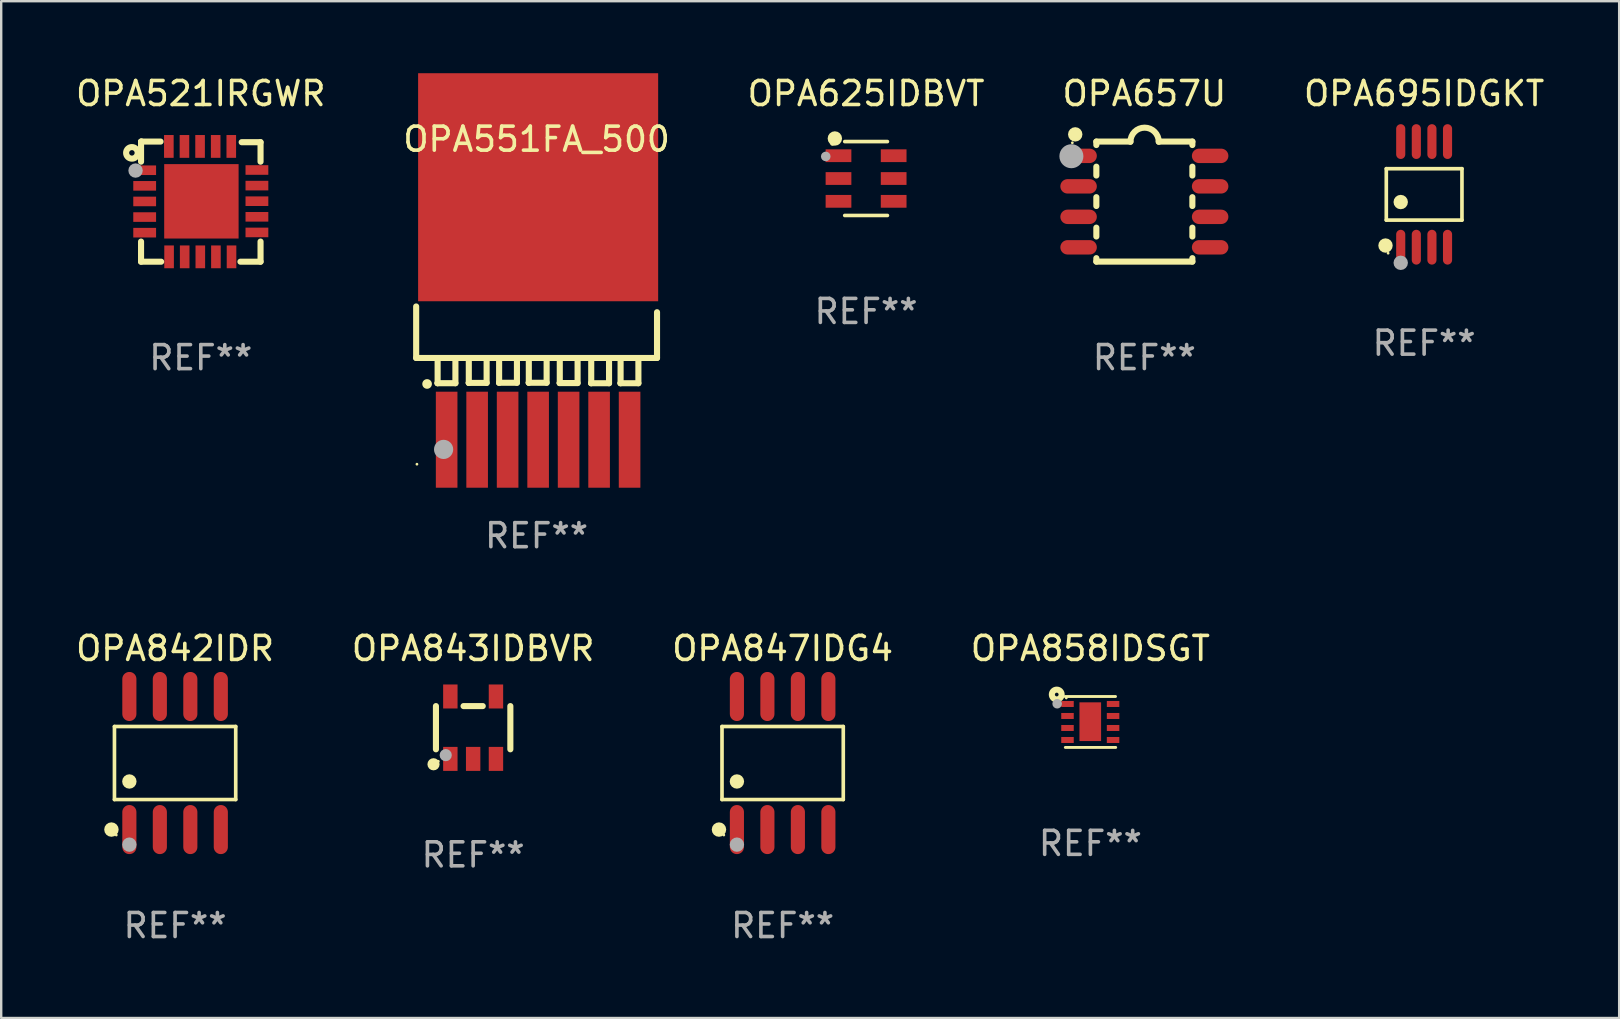
<source format=kicad_pcb>
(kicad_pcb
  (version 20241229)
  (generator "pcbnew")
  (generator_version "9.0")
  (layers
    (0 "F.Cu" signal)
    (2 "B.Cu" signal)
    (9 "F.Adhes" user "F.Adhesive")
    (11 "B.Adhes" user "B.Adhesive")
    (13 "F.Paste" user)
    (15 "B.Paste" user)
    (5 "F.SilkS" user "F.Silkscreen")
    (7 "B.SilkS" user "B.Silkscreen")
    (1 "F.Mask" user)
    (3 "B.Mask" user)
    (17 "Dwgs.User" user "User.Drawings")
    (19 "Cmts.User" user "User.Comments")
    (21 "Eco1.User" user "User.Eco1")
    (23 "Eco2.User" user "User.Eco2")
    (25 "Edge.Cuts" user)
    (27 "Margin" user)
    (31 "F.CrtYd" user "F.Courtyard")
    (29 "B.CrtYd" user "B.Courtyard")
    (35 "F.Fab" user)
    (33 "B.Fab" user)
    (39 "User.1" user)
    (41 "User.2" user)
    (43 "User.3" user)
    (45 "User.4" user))
  (footprint "OPA625IDBVT"
    (layer "F.Cu")
    (at 33.03 4.387)
    (property "Reference" "OPA625IDBVT" (at 0 -3.539 0) (layer "F.SilkS") (effects (font (size 1 1) (thickness 0.15))))
    (attr through_hole)
    (fp_line (start -0.889 -1.539) (end 0.889 -1.539) (stroke (width 0.152) (type solid)) (layer "F.SilkS"))
    (fp_line (start -0.889 1.539) (end 0.889 1.539) (stroke (width 0.152) (type solid)) (layer "F.SilkS"))
    (fp_circle (center -1.4 -1.463) (end -1.35 -1.463) (stroke (width 0.1) (type solid)) (fill no) (layer "F.SilkS"))
    (fp_circle (center -1.301 -1.668) (end -1.151 -1.668) (stroke (width 0.3) (type solid)) (fill no) (layer "F.SilkS"))
    (fp_circle (center -1.68 -0.92) (end -1.58 -0.92) (stroke (width 0.2) (type solid)) (fill no) (layer "F.Fab"))
    (fp_text user "REF**" (at 0 5.539 0) (layer "F.Fab") (effects (font (size 1 1) (thickness 0.15))))
    (pad "1" smd rect (at -1.149 -0.95 270) (size 0.532 1.072) (layers "F.Cu" "F.Mask" "F.Paste"))
    (pad "2" smd rect (at -1.149 0.000102 270) (size 0.532 1.072) (layers "F.Cu" "F.Mask" "F.Paste"))
    (pad "3" smd rect (at -1.149 0.95 270) (size 0.532 1.072) (layers "F.Cu" "F.Mask" "F.Paste"))
    (pad "4" smd rect (at 1.149 0.95 270) (size 0.532 1.072) (layers "F.Cu" "F.Mask" "F.Paste"))
    (pad "5" smd rect (at 1.149 0.000102 270) (size 0.532 1.072) (layers "F.Cu" "F.Mask" "F.Paste"))
    (pad "6" smd rect (at 1.149 -0.95 270) (size 0.532 1.072) (layers "F.Cu" "F.Mask" "F.Paste")))
  (footprint "OPA842IDR"
    (layer "F.Cu")
    (at 4.244 28.737)
    (property "Reference" "OPA842IDR" (at 0 -4.772 0) (layer "F.SilkS") (effects (font (size 1 1) (thickness 0.15))))
    (attr through_hole)
    (fp_line (start -2.526 -1.521) (end 2.526 -1.521) (stroke (width 0.152) (type solid)) (layer "F.SilkS"))
    (fp_line (start -2.526 1.521) (end -2.526 -1.521) (stroke (width 0.152) (type solid)) (layer "F.SilkS"))
    (fp_line (start 2.526 -1.521) (end 2.526 1.521) (stroke (width 0.152) (type solid)) (layer "F.SilkS"))
    (fp_line (start 2.526 1.521) (end -2.526 1.521) (stroke (width 0.152) (type solid)) (layer "F.SilkS"))
    (fp_circle (center -2.652 2.772) (end -2.501 2.772) (stroke (width 0.3) (type solid)) (fill no) (layer "F.SilkS"))
    (fp_circle (center -2.45 3) (end -2.42 3) (stroke (width 0.06) (type solid)) (fill no) (layer "F.SilkS"))
    (fp_circle (center -1.905 0.769) (end -1.755 0.769) (stroke (width 0.3) (type solid)) (fill no) (layer "F.SilkS"))
    (fp_circle (center -1.905 3.4) (end -1.755 3.4) (stroke (width 0.3) (type solid)) (fill no) (layer "F.Fab"))
    (fp_text user "REF**" (at 0 6.772 0) (layer "F.Fab") (effects (font (size 1 1) (thickness 0.15))))
    (pad "1" smd oval (at -1.905 2.772) (size 0.588 2.045) (layers "F.Cu" "F.Mask" "F.Paste"))
    (pad "2" smd oval (at -0.635 2.772) (size 0.588 2.045) (layers "F.Cu" "F.Mask" "F.Paste"))
    (pad "3" smd oval (at 0.635 2.772) (size 0.588 2.045) (layers "F.Cu" "F.Mask" "F.Paste"))
    (pad "4" smd oval (at 1.905 2.772) (size 0.588 2.045) (layers "F.Cu" "F.Mask" "F.Paste"))
    (pad "5" smd oval (at 1.905 -2.772) (size 0.588 2.045) (layers "F.Cu" "F.Mask" "F.Paste"))
    (pad "6" smd oval (at 0.635 -2.772) (size 0.588 2.045) (layers "F.Cu" "F.Mask" "F.Paste"))
    (pad "7" smd oval (at -0.635 -2.772) (size 0.588 2.045) (layers "F.Cu" "F.Mask" "F.Paste"))
    (pad "8" smd oval (at -1.905 -2.772) (size 0.588 2.045) (layers "F.Cu" "F.Mask" "F.Paste")))
  (footprint "OPA657U"
    (layer "F.Cu")
    (at 44.623 5.348)
    (property "Reference" "OPA657U" (at 0 -4.5 0) (layer "F.SilkS") (effects (font (size 1 1) (thickness 0.15))))
    (attr through_hole)
    (fp_line (start -2 -2.5) (end -2 -2.356) (stroke (width 0.254) (type solid)) (layer "F.SilkS"))
    (fp_line (start -2 -1.454) (end -2 -1.086) (stroke (width 0.254) (type solid)) (layer "F.SilkS"))
    (fp_line (start -2 -0.184) (end -2 0.184) (stroke (width 0.254) (type solid)) (layer "F.SilkS"))
    (fp_line (start -2 1.086) (end -2 1.454) (stroke (width 0.254) (type solid)) (layer "F.SilkS"))
    (fp_line (start -2 2.356) (end -2 2.5) (stroke (width 0.254) (type solid)) (layer "F.SilkS"))
    (fp_line (start -0.58 -2.5) (end -2 -2.5) (stroke (width 0.254) (type solid)) (layer "F.SilkS"))
    (fp_line (start 2 -2.5) (end 0.6 -2.5) (stroke (width 0.254) (type solid)) (layer "F.SilkS"))
    (fp_line (start 2 -2.5) (end 2 -2.356) (stroke (width 0.254) (type solid)) (layer "F.SilkS"))
    (fp_line (start 2 -1.454) (end 2 -1.086) (stroke (width 0.254) (type solid)) (layer "F.SilkS"))
    (fp_line (start 2 -0.184) (end 2 0.184) (stroke (width 0.254) (type solid)) (layer "F.SilkS"))
    (fp_line (start 2 1.086) (end 2 1.454) (stroke (width 0.254) (type solid)) (layer "F.SilkS"))
    (fp_line (start 2 2.356) (end 2 2.5) (stroke (width 0.254) (type solid)) (layer "F.SilkS"))
    (fp_line (start 2 2.5) (end -2 2.5) (stroke (width 0.254) (type solid)) (layer "F.SilkS"))
    (fp_arc (start -0.579908 -2.489992) (mid 0.010097 -3.07831) (end 0.600102 -2.489992) (stroke (width 0.254001) (type solid)) (layer "F.SilkS"))
    (fp_circle (center -3 -2.45) (end -2.97 -2.45) (stroke (width 0.06) (type solid)) (fill no) (layer "F.SilkS"))
    (fp_circle (center -2.88 -2.8) (end -2.73 -2.8) (stroke (width 0.3) (type solid)) (fill no) (layer "F.SilkS"))
    (fp_circle (center -3.04 -1.89) (end -2.79 -1.89) (stroke (width 0.5) (type solid)) (fill no) (layer "F.Fab"))
    (fp_text user "REF**" (at 0 6.5 0) (layer "F.Fab") (effects (font (size 1 1) (thickness 0.15))))
    (pad "1" smd oval (at -2.74 -1.905 90) (size 0.6 1.52) (layers "F.Cu" "F.Mask" "F.Paste"))
    (pad "2" smd oval (at -2.74 -0.635 90) (size 0.6 1.52) (layers "F.Cu" "F.Mask" "F.Paste"))
    (pad "3" smd oval (at -2.74 0.635 90) (size 0.6 1.52) (layers "F.Cu" "F.Mask" "F.Paste"))
    (pad "4" smd oval (at -2.74 1.905 90) (size 0.6 1.52) (layers "F.Cu" "F.Mask" "F.Paste"))
    (pad "5" smd oval (at 2.74 1.905 90) (size 0.6 1.52) (layers "F.Cu" "F.Mask" "F.Paste"))
    (pad "6" smd oval (at 2.74 0.635 90) (size 0.6 1.52) (layers "F.Cu" "F.Mask" "F.Paste"))
    (pad "7" smd oval (at 2.74 -0.635 90) (size 0.6 1.52) (layers "F.Cu" "F.Mask" "F.Paste"))
    (pad "8" smd oval (at 2.74 -1.905 90) (size 0.6 1.52) (layers "F.Cu" "F.Mask" "F.Paste")))
  (footprint "OPA695IDGKT"
    (layer "F.Cu")
    (at 56.278 5.048)
    (property "Reference" "OPA695IDGKT" (at 0 -4.2 0) (layer "F.SilkS") (effects (font (size 1 1) (thickness 0.15))))
    (attr through_hole)
    (fp_line (start -1.576 -1.071) (end 1.576 -1.071) (stroke (width 0.152) (type solid)) (layer "F.SilkS"))
    (fp_line (start -1.576 1.071) (end -1.576 -1.071) (stroke (width 0.152) (type solid)) (layer "F.SilkS"))
    (fp_line (start 1.576 -1.071) (end 1.576 1.071) (stroke (width 0.152) (type solid)) (layer "F.SilkS"))
    (fp_line (start 1.576 1.071) (end -1.576 1.071) (stroke (width 0.152) (type solid)) (layer "F.SilkS"))
    (fp_circle (center -1.609 2.131) (end -1.459 2.131) (stroke (width 0.3) (type solid)) (fill no) (layer "F.SilkS"))
    (fp_circle (center -1.5 2.45) (end -1.47 2.45) (stroke (width 0.06) (type solid)) (fill no) (layer "F.SilkS"))
    (fp_circle (center -0.975 0.319) (end -0.825 0.319) (stroke (width 0.3) (type solid)) (fill no) (layer "F.SilkS"))
    (fp_circle (center -0.975 2.85) (end -0.825 2.85) (stroke (width 0.3) (type solid)) (fill no) (layer "F.Fab"))
    (fp_text user "REF**" (at 0 6.2 0) (layer "F.Fab") (effects (font (size 1 1) (thickness 0.15))))
    (pad "1" smd oval (at -0.975 2.2) (size 0.38 1.45) (layers "F.Cu" "F.Mask" "F.Paste"))
    (pad "2" smd oval (at -0.325 2.2) (size 0.38 1.45) (layers "F.Cu" "F.Mask" "F.Paste"))
    (pad "3" smd oval (at 0.325 2.2) (size 0.38 1.45) (layers "F.Cu" "F.Mask" "F.Paste"))
    (pad "4" smd oval (at 0.975 2.2) (size 0.38 1.45) (layers "F.Cu" "F.Mask" "F.Paste"))
    (pad "5" smd oval (at 0.975 -2.2) (size 0.38 1.45) (layers "F.Cu" "F.Mask" "F.Paste"))
    (pad "6" smd oval (at 0.325 -2.2) (size 0.38 1.45) (layers "F.Cu" "F.Mask" "F.Paste"))
    (pad "7" smd oval (at -0.325 -2.2) (size 0.38 1.45) (layers "F.Cu" "F.Mask" "F.Paste"))
    (pad "8" smd oval (at -0.975 -2.2) (size 0.38 1.45) (layers "F.Cu" "F.Mask" "F.Paste")))
  (footprint "OPA843IDBVR"
    (layer "F.Cu")
    (at 16.661 27.265)
    (property "Reference" "OPA843IDBVR" (at 0 -3.3 0) (layer "F.SilkS") (effects (font (size 1 1) (thickness 0.15))))
    (attr through_hole)
    (fp_line (start -1.55 -0.9) (end -1.55 0.9) (stroke (width 0.254) (type solid)) (layer "F.SilkS"))
    (fp_line (start -0.4 -0.9) (end 0.4 -0.9) (stroke (width 0.254) (type solid)) (layer "F.SilkS"))
    (fp_line (start 1.55 -0.9) (end 1.55 0.9) (stroke (width 0.254) (type solid)) (layer "F.SilkS"))
    (fp_circle (center -1.651 1.524) (end -1.524 1.524) (stroke (width 0.254) (type solid)) (fill no) (layer "F.SilkS"))
    (fp_circle (center -1.45 1.4) (end -1.42 1.4) (stroke (width 0.06) (type solid)) (fill no) (layer "F.SilkS"))
    (fp_circle (center -1.143 1.143) (end -1.016 1.143) (stroke (width 0.254) (type solid)) (fill no) (layer "F.Fab"))
    (fp_text user "REF**" (at 0 5.3 0) (layer "F.Fab") (effects (font (size 1 1) (thickness 0.15))))
    (pad "1" smd rect (at -0.95 1.3 270) (size 1 0.6) (layers "F.Cu" "F.Mask" "F.Paste"))
    (pad "2" smd rect (at 0.000025 1.3 270) (size 1 0.6) (layers "F.Cu" "F.Mask" "F.Paste"))
    (pad "3" smd rect (at 0.95 1.3 270) (size 1 0.6) (layers "F.Cu" "F.Mask" "F.Paste"))
    (pad "4" smd rect (at 0.95 -1.3 270) (size 1 0.6) (layers "F.Cu" "F.Mask" "F.Paste"))
    (pad "5" smd rect (at -0.95 -1.3 270) (size 1 0.6) (layers "F.Cu" "F.Mask" "F.Paste")))
  (footprint "OPA847IDG4"
    (layer "F.Cu")
    (at 29.554 28.737)
    (property "Reference" "OPA847IDG4" (at 0 -4.772 0) (layer "F.SilkS") (effects (font (size 1 1) (thickness 0.15))))
    (attr through_hole)
    (fp_line (start -2.526 -1.521) (end 2.526 -1.521) (stroke (width 0.152) (type solid)) (layer "F.SilkS"))
    (fp_line (start -2.526 1.521) (end -2.526 -1.521) (stroke (width 0.152) (type solid)) (layer "F.SilkS"))
    (fp_line (start 2.526 -1.521) (end 2.526 1.521) (stroke (width 0.152) (type solid)) (layer "F.SilkS"))
    (fp_line (start 2.526 1.521) (end -2.526 1.521) (stroke (width 0.152) (type solid)) (layer "F.SilkS"))
    (fp_circle (center -2.652 2.772) (end -2.501 2.772) (stroke (width 0.3) (type solid)) (fill no) (layer "F.SilkS"))
    (fp_circle (center -2.45 3) (end -2.42 3) (stroke (width 0.06) (type solid)) (fill no) (layer "F.SilkS"))
    (fp_circle (center -1.905 0.769) (end -1.755 0.769) (stroke (width 0.3) (type solid)) (fill no) (layer "F.SilkS"))
    (fp_circle (center -1.905 3.4) (end -1.755 3.4) (stroke (width 0.3) (type solid)) (fill no) (layer "F.Fab"))
    (fp_text user "REF**" (at 0 6.772 0) (layer "F.Fab") (effects (font (size 1 1) (thickness 0.15))))
    (pad "1" smd oval (at -1.905 2.772) (size 0.588 2.045) (layers "F.Cu" "F.Mask" "F.Paste"))
    (pad "2" smd oval (at -0.635 2.772) (size 0.588 2.045) (layers "F.Cu" "F.Mask" "F.Paste"))
    (pad "3" smd oval (at 0.635 2.772) (size 0.588 2.045) (layers "F.Cu" "F.Mask" "F.Paste"))
    (pad "4" smd oval (at 1.905 2.772) (size 0.588 2.045) (layers "F.Cu" "F.Mask" "F.Paste"))
    (pad "5" smd oval (at 1.905 -2.772) (size 0.588 2.045) (layers "F.Cu" "F.Mask" "F.Paste"))
    (pad "6" smd oval (at 0.635 -2.772) (size 0.588 2.045) (layers "F.Cu" "F.Mask" "F.Paste"))
    (pad "7" smd oval (at -0.635 -2.772) (size 0.588 2.045) (layers "F.Cu" "F.Mask" "F.Paste"))
    (pad "8" smd oval (at -1.905 -2.772) (size 0.588 2.045) (layers "F.Cu" "F.Mask" "F.Paste")))
  (footprint "OPA521IRGWR"
    (layer "F.Cu")
    (at 5.315 5.35)
    (property "Reference" "OPA521IRGWR" (at 0 -4.502 0) (layer "F.SilkS") (effects (font (size 1 1) (thickness 0.15))))
    (attr through_hole)
    (fp_line (start -2.489 -2.502) (end -2.489 -2.476) (stroke (width 0.254) (type solid)) (layer "F.SilkS"))
    (fp_line (start -2.489 -2.476) (end -2.489 -1.664) (stroke (width 0.254) (type solid)) (layer "F.SilkS"))
    (fp_line (start -2.489 2.502) (end -2.489 1.664) (stroke (width 0.254) (type solid)) (layer "F.SilkS"))
    (fp_line (start -2.464 -2.502) (end -2.489 -2.502) (stroke (width 0.254) (type solid)) (layer "F.SilkS"))
    (fp_line (start -1.676 -2.502) (end -2.464 -2.502) (stroke (width 0.254) (type solid)) (layer "F.SilkS"))
    (fp_line (start -1.651 2.502) (end -2.489 2.502) (stroke (width 0.254) (type solid)) (layer "F.SilkS"))
    (fp_line (start 2.489 -2.476) (end 1.702 -2.476) (stroke (width 0.254) (type solid)) (layer "F.SilkS"))
    (fp_line (start 2.489 -1.664) (end 2.489 -2.476) (stroke (width 0.254) (type solid)) (layer "F.SilkS"))
    (fp_line (start 2.489 1.664) (end 2.489 2.502) (stroke (width 0.254) (type solid)) (layer "F.SilkS"))
    (fp_line (start 2.489 2.502) (end 1.651 2.502) (stroke (width 0.254) (type solid)) (layer "F.SilkS"))
    (fp_circle (center -2.87 -2.032) (end -2.756 -2.032) (stroke (width 0.254) (type solid)) (fill no) (layer "F.SilkS"))
    (fp_circle (center -2.5 -2.5) (end -2.47 -2.5) (stroke (width 0.06) (type solid)) (fill no) (layer "F.SilkS"))
    (fp_circle (center -2.718 -1.295) (end -2.568 -1.295) (stroke (width 0.3) (type solid)) (fill no) (layer "F.Fab"))
    (fp_text user "REF**" (at 0 6.502 0) (layer "F.Fab") (effects (font (size 1 1) (thickness 0.15))))
    (pad "1" smd rect (at -2.338 -1.308 270) (size 0.4 0.95) (layers "F.Cu" "F.Mask" "F.Paste"))
    (pad "2" smd rect (at -2.338 -0.658 270) (size 0.4 0.95) (layers "F.Cu" "F.Mask" "F.Paste"))
    (pad "3" smd rect (at -2.338 -0.008 270) (size 0.4 0.95) (layers "F.Cu" "F.Mask" "F.Paste"))
    (pad "4" smd rect (at -2.338 0.643 270) (size 0.4 0.95) (layers "F.Cu" "F.Mask" "F.Paste"))
    (pad "5" smd rect (at -2.338 1.293 270) (size 0.4 0.95) (layers "F.Cu" "F.Mask" "F.Paste"))
    (pad "6" smd rect (at -1.321 2.3) (size 0.4 0.95) (layers "F.Cu" "F.Mask" "F.Paste"))
    (pad "7" smd rect (at -0.671 2.3) (size 0.4 0.95) (layers "F.Cu" "F.Mask" "F.Paste"))
    (pad "8" smd rect (at -0.02 2.3) (size 0.4 0.95) (layers "F.Cu" "F.Mask" "F.Paste"))
    (pad "9" smd rect (at 0.63 2.3) (size 0.4 0.95) (layers "F.Cu" "F.Mask" "F.Paste"))
    (pad "10" smd rect (at 1.28 2.3) (size 0.4 0.95) (layers "F.Cu" "F.Mask" "F.Paste"))
    (pad "11" smd rect (at 2.338 1.283 90) (size 0.4 0.95) (layers "F.Cu" "F.Mask" "F.Paste"))
    (pad "12" smd rect (at 2.338 0.632 90) (size 0.4 0.95) (layers "F.Cu" "F.Mask" "F.Paste"))
    (pad "13" smd rect (at 2.338 -0.018 90) (size 0.4 0.95) (layers "F.Cu" "F.Mask" "F.Paste"))
    (pad "14" smd rect (at 2.338 -0.668 90) (size 0.4 0.95) (layers "F.Cu" "F.Mask" "F.Paste"))
    (pad "15" smd rect (at 2.338 -1.318 90) (size 0.4 0.95) (layers "F.Cu" "F.Mask" "F.Paste"))
    (pad "16" smd rect (at 1.27 -2.3 180) (size 0.4 0.95) (layers "F.Cu" "F.Mask" "F.Paste"))
    (pad "17" smd rect (at 0.62 -2.3 180) (size 0.4 0.95) (layers "F.Cu" "F.Mask" "F.Paste"))
    (pad "18" smd rect (at -0.03 -2.3 180) (size 0.4 0.95) (layers "F.Cu" "F.Mask" "F.Paste"))
    (pad "19" smd rect (at -0.681 -2.3 180) (size 0.4 0.95) (layers "F.Cu" "F.Mask" "F.Paste"))
    (pad "20" smd rect (at -1.331 -2.3 180) (size 0.4 0.95) (layers "F.Cu" "F.Mask" "F.Paste"))
    (pad "21" smd rect (at 0.025 -0.013 180) (size 3.1 3.1) (layers "F.Cu" "F.Mask" "F.Paste")))
  (footprint "OPA551FA_500"
    (layer "F.Cu")
    (at 19.304 10.009)
    (property "Reference" "OPA551FA_500" (at 0 -7.259 0) (layer "F.SilkS") (effects (font (size 1 1) (thickness 0.15))))
    (attr through_hole)
    (fp_line (start -5.017 -0.292) (end -5.017 1.853) (stroke (width 0.254) (type solid)) (layer "F.SilkS"))
    (fp_line (start -5.017 1.853) (end 5.017 1.853) (stroke (width 0.254) (type solid)) (layer "F.SilkS"))
    (fp_line (start -4.127 2.905) (end -3.382 2.905) (stroke (width 0.254) (type solid)) (layer "F.SilkS"))
    (fp_line (start -4.123 1.892) (end -4.123 2.902) (stroke (width 0.254) (type solid)) (layer "F.SilkS"))
    (fp_line (start -4.123 2.902) (end -4.127 2.905) (stroke (width 0.254) (type solid)) (layer "F.SilkS"))
    (fp_line (start -3.382 1.906) (end -3.405 1.882) (stroke (width 0.254) (type solid)) (layer "F.SilkS"))
    (fp_line (start -3.382 2.905) (end -3.382 1.906) (stroke (width 0.254) (type solid)) (layer "F.SilkS"))
    (fp_line (start -2.827 2.892) (end -2.082 2.892) (stroke (width 0.254) (type solid)) (layer "F.SilkS"))
    (fp_line (start -2.824 1.88) (end -2.824 2.889) (stroke (width 0.254) (type solid)) (layer "F.SilkS"))
    (fp_line (start -2.824 2.889) (end -2.827 2.892) (stroke (width 0.254) (type solid)) (layer "F.SilkS"))
    (fp_line (start -2.082 1.893) (end -2.106 1.87) (stroke (width 0.254) (type solid)) (layer "F.SilkS"))
    (fp_line (start -2.082 2.892) (end -2.082 1.893) (stroke (width 0.254) (type solid)) (layer "F.SilkS"))
    (fp_line (start -1.564 2.886) (end -0.819 2.886) (stroke (width 0.254) (type solid)) (layer "F.SilkS"))
    (fp_line (start -1.561 1.873) (end -1.561 2.882) (stroke (width 0.254) (type solid)) (layer "F.SilkS"))
    (fp_line (start -1.561 2.882) (end -1.564 2.886) (stroke (width 0.254) (type solid)) (layer "F.SilkS"))
    (fp_line (start -0.819 1.887) (end -0.843 1.863) (stroke (width 0.254) (type solid)) (layer "F.SilkS"))
    (fp_line (start -0.819 2.886) (end -0.819 1.887) (stroke (width 0.254) (type solid)) (layer "F.SilkS"))
    (fp_line (start -0.328 2.886) (end 0.418 2.886) (stroke (width 0.254) (type solid)) (layer "F.SilkS"))
    (fp_line (start -0.324 1.873) (end -0.324 2.882) (stroke (width 0.254) (type solid)) (layer "F.SilkS"))
    (fp_line (start -0.324 2.882) (end -0.328 2.886) (stroke (width 0.254) (type solid)) (layer "F.SilkS"))
    (fp_line (start 0.418 1.887) (end 0.394 1.863) (stroke (width 0.254) (type solid)) (layer "F.SilkS"))
    (fp_line (start 0.418 2.886) (end 0.418 1.887) (stroke (width 0.254) (type solid)) (layer "F.SilkS"))
    (fp_line (start 0.962 2.899) (end 1.708 2.899) (stroke (width 0.254) (type solid)) (layer "F.SilkS"))
    (fp_line (start 0.966 1.886) (end 0.966 2.896) (stroke (width 0.254) (type solid)) (layer "F.SilkS"))
    (fp_line (start 0.966 2.896) (end 0.962 2.899) (stroke (width 0.254) (type solid)) (layer "F.SilkS"))
    (fp_line (start 1.708 1.9) (end 1.684 1.876) (stroke (width 0.254) (type solid)) (layer "F.SilkS"))
    (fp_line (start 1.708 2.899) (end 1.708 1.9) (stroke (width 0.254) (type solid)) (layer "F.SilkS"))
    (fp_line (start 2.273 2.906) (end 3.018 2.906) (stroke (width 0.254) (type solid)) (layer "F.SilkS"))
    (fp_line (start 2.276 1.893) (end 2.276 2.902) (stroke (width 0.254) (type solid)) (layer "F.SilkS"))
    (fp_line (start 2.276 2.902) (end 2.273 2.906) (stroke (width 0.254) (type solid)) (layer "F.SilkS"))
    (fp_line (start 3.018 1.907) (end 2.994 1.883) (stroke (width 0.254) (type solid)) (layer "F.SilkS"))
    (fp_line (start 3.018 2.906) (end 3.018 1.907) (stroke (width 0.254) (type solid)) (layer "F.SilkS"))
    (fp_line (start 3.496 2.906) (end 4.241 2.906) (stroke (width 0.254) (type solid)) (layer "F.SilkS"))
    (fp_line (start 3.499 1.893) (end 3.499 2.902) (stroke (width 0.254) (type solid)) (layer "F.SilkS"))
    (fp_line (start 3.499 2.902) (end 3.496 2.906) (stroke (width 0.254) (type solid)) (layer "F.SilkS"))
    (fp_line (start 4.241 1.907) (end 4.217 1.883) (stroke (width 0.254) (type solid)) (layer "F.SilkS"))
    (fp_line (start 4.241 2.906) (end 4.241 1.907) (stroke (width 0.254) (type solid)) (layer "F.SilkS"))
    (fp_line (start 5.017 1.853) (end 5.017 -0.052) (stroke (width 0.254) (type solid)) (layer "F.SilkS"))
    (fp_arc (start -4.561849 2.937592) (mid -4.561853 2.936322) (end -4.561849 2.935052) (stroke (width 0.4) (type solid)) (layer "F.SilkS"))
    (fp_circle (center -4.985 6.279) (end -4.955 6.279) (stroke (width 0.06) (type solid)) (fill no) (layer "F.SilkS"))
    (fp_circle (center -3.874 5.663) (end -3.674 5.663) (stroke (width 0.4) (type solid)) (fill no) (layer "F.Fab"))
    (fp_text user "REF**" (at 0 9.259 0) (layer "F.Fab") (effects (font (size 1 1) (thickness 0.15))))
    (pad "1" smd rect (at -3.747 5.259) (size 0.9 4) (layers "F.Cu" "F.Mask" "F.Paste"))
    (pad "2" smd rect (at -2.477 5.259) (size 0.9 4) (layers "F.Cu" "F.Mask" "F.Paste"))
    (pad "3" smd rect (at -1.207 5.259) (size 0.9 4) (layers "F.Cu" "F.Mask" "F.Paste"))
    (pad "4" smd rect (at 0.064 5.259) (size 0.9 4) (layers "F.Cu" "F.Mask" "F.Paste"))
    (pad "5" smd rect (at 1.334 5.259) (size 0.9 4) (layers "F.Cu" "F.Mask" "F.Paste"))
    (pad "6" smd rect (at 2.604 5.259) (size 0.9 4) (layers "F.Cu" "F.Mask" "F.Paste"))
    (pad "7" smd rect (at 3.874 5.259) (size 0.9 4) (layers "F.Cu" "F.Mask" "F.Paste"))
    (pad "8" smd rect (at 0.064 -5.259 180) (size 10 9.5) (layers "F.Cu" "F.Mask" "F.Paste")))
  (footprint "OPA858IDSGT"
    (layer "F.Cu")
    (at 42.375 27.026)
    (property "Reference" "OPA858IDSGT" (at 0 -3.061 0) (layer "F.SilkS") (effects (font (size 1 1) (thickness 0.15))))
    (attr through_hole)
    (fp_line (start -1.045 1.061) (end 1.055 1.061) (stroke (width 0.12) (type solid)) (layer "F.SilkS"))
    (fp_line (start 1.046 -1.061) (end -1.055 -1.061) (stroke (width 0.12) (type solid)) (layer "F.SilkS"))
    (fp_circle (center -1.402 -1.142) (end -1.325 -1.142) (stroke (width 0.254) (type solid)) (fill no) (layer "F.SilkS"))
    (fp_circle (center -1.005 -0.999) (end -0.975 -0.999) (stroke (width 0.06) (type solid)) (fill no) (layer "F.SilkS"))
    (fp_circle (center -1.384 -0.759) (end -1.284 -0.759) (stroke (width 0.2) (type solid)) (fill no) (layer "F.Fab"))
    (fp_text user "REF**" (at 0 5.061 0) (layer "F.Fab") (effects (font (size 1 1) (thickness 0.15))))
    (pad "1" smd rect (at -0.954 -0.749) (size 0.521 0.25) (layers "F.Cu" "F.Mask" "F.Paste"))
    (pad "2" smd rect (at -0.954 -0.249) (size 0.521 0.25) (layers "F.Cu" "F.Mask" "F.Paste"))
    (pad "3" smd rect (at -0.954 0.251) (size 0.521 0.25) (layers "F.Cu" "F.Mask" "F.Paste"))
    (pad "4" smd rect (at -0.954 0.751) (size 0.521 0.25) (layers "F.Cu" "F.Mask" "F.Paste"))
    (pad "5" smd rect (at 0.945 0.751) (size 0.521 0.25) (layers "F.Cu" "F.Mask" "F.Paste"))
    (pad "6" smd rect (at 0.945 0.251) (size 0.521 0.25) (layers "F.Cu" "F.Mask" "F.Paste"))
    (pad "7" smd rect (at 0.945 -0.249) (size 0.521 0.25) (layers "F.Cu" "F.Mask" "F.Paste"))
    (pad "8" smd rect (at 0.945 -0.749) (size 0.521 0.25) (layers "F.Cu" "F.Mask" "F.Paste"))
    (pad "9" smd rect (at -0.005 -0.011) (size 0.902 1.613) (layers "F.Cu" "F.Mask" "F.Paste")))
  (gr_rect
    (start -3 -3)
    (end 64.403 39.358)
    (stroke (width 0.1) (type default))
    (fill no)
    (layer "Edge.Cuts")))
</source>
